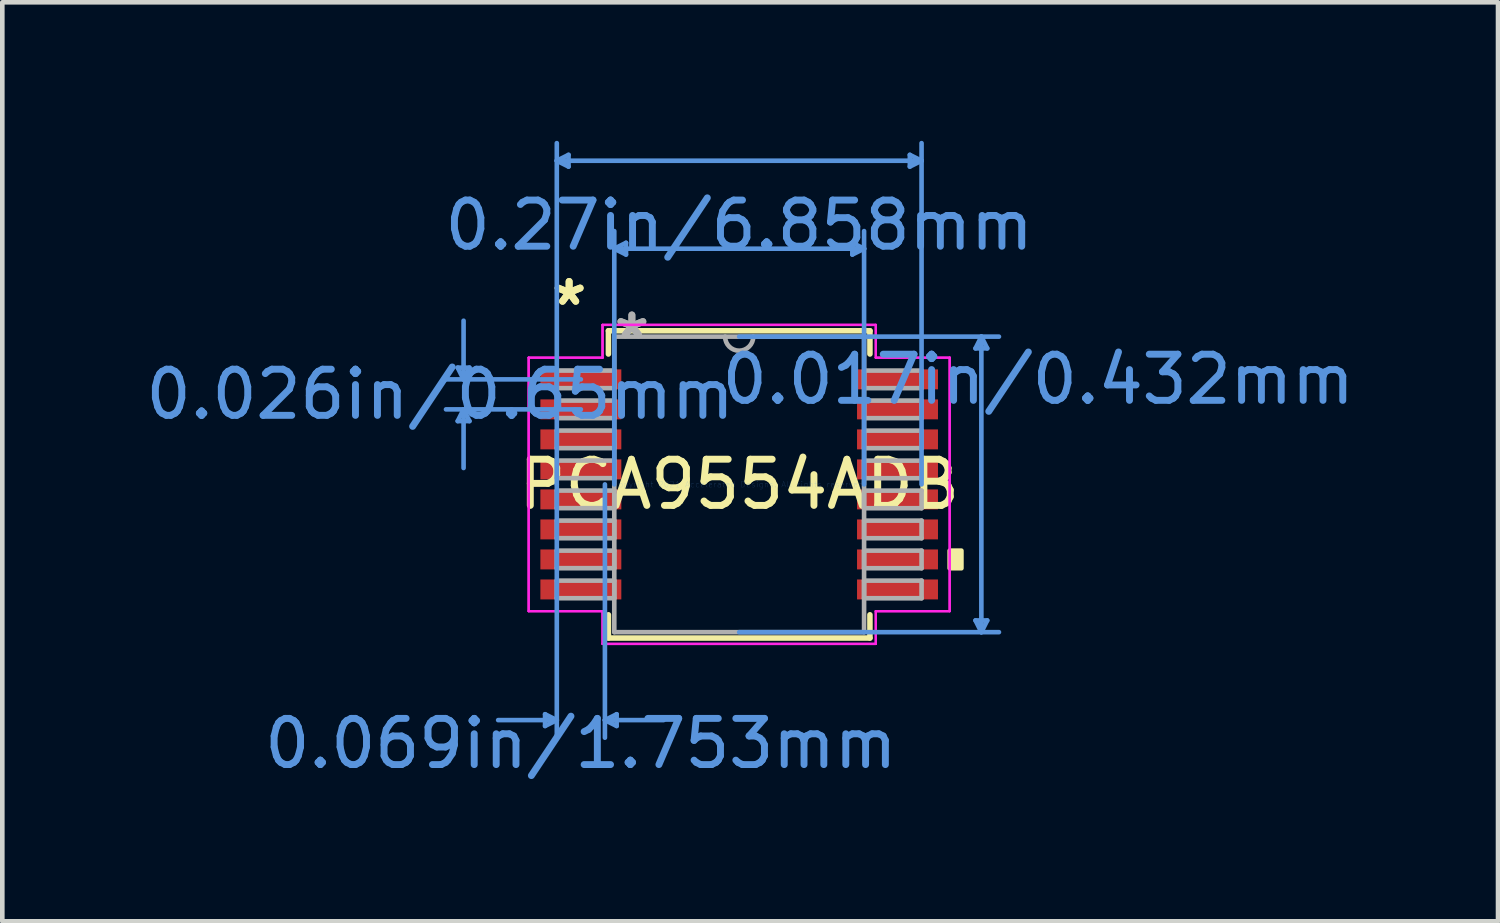
<source format=kicad_pcb>
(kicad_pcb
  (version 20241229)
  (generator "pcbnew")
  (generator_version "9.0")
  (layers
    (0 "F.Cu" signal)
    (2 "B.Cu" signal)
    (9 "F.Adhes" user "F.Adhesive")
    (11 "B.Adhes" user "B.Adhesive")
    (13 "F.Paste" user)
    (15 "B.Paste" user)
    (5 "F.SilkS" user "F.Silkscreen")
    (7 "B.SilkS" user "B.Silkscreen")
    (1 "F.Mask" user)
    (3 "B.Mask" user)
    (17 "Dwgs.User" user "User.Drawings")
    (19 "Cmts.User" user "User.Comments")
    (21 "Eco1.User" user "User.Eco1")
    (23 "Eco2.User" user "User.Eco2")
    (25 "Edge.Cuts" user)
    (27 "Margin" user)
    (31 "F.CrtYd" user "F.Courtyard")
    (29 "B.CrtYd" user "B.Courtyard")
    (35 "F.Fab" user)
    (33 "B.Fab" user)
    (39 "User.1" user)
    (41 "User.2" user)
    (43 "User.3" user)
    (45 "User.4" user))
  (footprint "PCA9554ADB"
    (layer "F.Cu")
    (at 12.959 7.441)
    (property "Reference" "PCA9554ADB" (at 0 0 0) (layer "F.SilkS") (effects (font (size 1 1) (thickness 0.15))))
    (attr through_hole)
    (fp_line (start -2.832 -3.327) (end -2.832 -2.824) (stroke (width 0.12) (type solid)) (layer "F.SilkS"))
    (fp_line (start -2.832 2.824) (end -2.832 3.327) (stroke (width 0.12) (type solid)) (layer "F.SilkS"))
    (fp_line (start -2.832 3.327) (end 2.832 3.327) (stroke (width 0.12) (type solid)) (layer "F.SilkS"))
    (fp_line (start 2.832 -3.327) (end -2.832 -3.327) (stroke (width 0.12) (type solid)) (layer "F.SilkS"))
    (fp_line (start 2.832 -2.824) (end 2.832 -3.327) (stroke (width 0.12) (type solid)) (layer "F.SilkS"))
    (fp_line (start 2.832 3.327) (end 2.832 2.824) (stroke (width 0.12) (type solid)) (layer "F.SilkS"))
    (fp_poly (pts (xy 4.813 1.435) (xy 4.813 1.816) (xy 4.559 1.816) (xy 4.559 1.435)) (stroke (width 0.1) (type solid)) (fill yes) (layer "F.SilkS"))
    (fp_line (start -6.096 -2.529) (end -5.842 -2.529) (stroke (width 0.1) (type solid)) (layer "Cmts.User"))
    (fp_line (start -6.096 -1.371) (end -5.842 -1.371) (stroke (width 0.1) (type solid)) (layer "Cmts.User"))
    (fp_line (start -5.969 -2.275) (end -6.096 -2.529) (stroke (width 0.1) (type solid)) (layer "Cmts.User"))
    (fp_line (start -5.969 -2.275) (end -5.969 -3.545) (stroke (width 0.1) (type solid)) (layer "Cmts.User"))
    (fp_line (start -5.969 -2.275) (end -5.842 -2.529) (stroke (width 0.1) (type solid)) (layer "Cmts.User"))
    (fp_line (start -5.969 -1.625) (end -6.096 -1.371) (stroke (width 0.1) (type solid)) (layer "Cmts.User"))
    (fp_line (start -5.969 -1.625) (end -5.969 -0.355) (stroke (width 0.1) (type solid)) (layer "Cmts.User"))
    (fp_line (start -5.969 -1.625) (end -5.842 -1.371) (stroke (width 0.1) (type solid)) (layer "Cmts.User"))
    (fp_line (start -4.204 4.978) (end -4.204 5.232) (stroke (width 0.1) (type solid)) (layer "Cmts.User"))
    (fp_line (start -3.95 -7.01) (end -3.696 -7.137) (stroke (width 0.1) (type solid)) (layer "Cmts.User"))
    (fp_line (start -3.95 -7.01) (end -3.696 -6.883) (stroke (width 0.1) (type solid)) (layer "Cmts.User"))
    (fp_line (start -3.95 -7.01) (end 3.95 -7.01) (stroke (width 0.1) (type solid)) (layer "Cmts.User"))
    (fp_line (start -3.95 0) (end -3.95 -7.391) (stroke (width 0.1) (type solid)) (layer "Cmts.User"))
    (fp_line (start -3.95 0) (end -3.95 5.486) (stroke (width 0.1) (type solid)) (layer "Cmts.User"))
    (fp_line (start -3.95 5.105) (end -5.22 5.105) (stroke (width 0.1) (type solid)) (layer "Cmts.User"))
    (fp_line (start -3.95 5.105) (end -4.204 4.978) (stroke (width 0.1) (type solid)) (layer "Cmts.User"))
    (fp_line (start -3.95 5.105) (end -4.204 5.232) (stroke (width 0.1) (type solid)) (layer "Cmts.User"))
    (fp_line (start -3.696 -7.137) (end -3.696 -6.883) (stroke (width 0.1) (type solid)) (layer "Cmts.User"))
    (fp_line (start -3.429 -2.275) (end -6.35 -2.275) (stroke (width 0.1) (type solid)) (layer "Cmts.User"))
    (fp_line (start -3.429 -1.625) (end -6.35 -1.625) (stroke (width 0.1) (type solid)) (layer "Cmts.User"))
    (fp_line (start -2.908 0) (end -2.908 5.486) (stroke (width 0.1) (type solid)) (layer "Cmts.User"))
    (fp_line (start -2.908 5.105) (end -2.654 4.978) (stroke (width 0.1) (type solid)) (layer "Cmts.User"))
    (fp_line (start -2.908 5.105) (end -2.654 5.232) (stroke (width 0.1) (type solid)) (layer "Cmts.User"))
    (fp_line (start -2.908 5.105) (end -1.638 5.105) (stroke (width 0.1) (type solid)) (layer "Cmts.User"))
    (fp_line (start -2.705 -5.105) (end -2.451 -5.232) (stroke (width 0.1) (type solid)) (layer "Cmts.User"))
    (fp_line (start -2.705 -5.105) (end -2.451 -4.978) (stroke (width 0.1) (type solid)) (layer "Cmts.User"))
    (fp_line (start -2.705 -5.105) (end 2.705 -5.105) (stroke (width 0.1) (type solid)) (layer "Cmts.User"))
    (fp_line (start -2.705 0) (end -2.705 -5.486) (stroke (width 0.1) (type solid)) (layer "Cmts.User"))
    (fp_line (start -2.654 4.978) (end -2.654 5.232) (stroke (width 0.1) (type solid)) (layer "Cmts.User"))
    (fp_line (start -2.451 -5.232) (end -2.451 -4.978) (stroke (width 0.1) (type solid)) (layer "Cmts.User"))
    (fp_line (start 0 -3.2) (end 5.626 -3.2) (stroke (width 0.1) (type solid)) (layer "Cmts.User"))
    (fp_line (start 0 3.2) (end 5.626 3.2) (stroke (width 0.1) (type solid)) (layer "Cmts.User"))
    (fp_line (start 2.451 -5.232) (end 2.451 -4.978) (stroke (width 0.1) (type solid)) (layer "Cmts.User"))
    (fp_line (start 2.705 -5.105) (end 2.451 -5.232) (stroke (width 0.1) (type solid)) (layer "Cmts.User"))
    (fp_line (start 2.705 -5.105) (end 2.451 -4.978) (stroke (width 0.1) (type solid)) (layer "Cmts.User"))
    (fp_line (start 2.705 0) (end 2.705 -5.486) (stroke (width 0.1) (type solid)) (layer "Cmts.User"))
    (fp_line (start 3.696 -7.137) (end 3.696 -6.883) (stroke (width 0.1) (type solid)) (layer "Cmts.User"))
    (fp_line (start 3.95 -7.01) (end 3.696 -7.137) (stroke (width 0.1) (type solid)) (layer "Cmts.User"))
    (fp_line (start 3.95 -7.01) (end 3.696 -6.883) (stroke (width 0.1) (type solid)) (layer "Cmts.User"))
    (fp_line (start 3.95 0) (end 3.95 -7.391) (stroke (width 0.1) (type solid)) (layer "Cmts.User"))
    (fp_line (start 5.118 -2.946) (end 5.372 -2.946) (stroke (width 0.1) (type solid)) (layer "Cmts.User"))
    (fp_line (start 5.118 2.946) (end 5.372 2.946) (stroke (width 0.1) (type solid)) (layer "Cmts.User"))
    (fp_line (start 5.245 -3.2) (end 5.118 -2.946) (stroke (width 0.1) (type solid)) (layer "Cmts.User"))
    (fp_line (start 5.245 -3.2) (end 5.245 3.2) (stroke (width 0.1) (type solid)) (layer "Cmts.User"))
    (fp_line (start 5.245 -3.2) (end 5.372 -2.946) (stroke (width 0.1) (type solid)) (layer "Cmts.User"))
    (fp_line (start 5.245 3.2) (end 5.118 2.946) (stroke (width 0.1) (type solid)) (layer "Cmts.User"))
    (fp_line (start 5.245 3.2) (end 5.372 2.946) (stroke (width 0.1) (type solid)) (layer "Cmts.User"))
    (fp_line (start -4.559 -2.745) (end -2.959 -2.745) (stroke (width 0.05) (type solid)) (layer "F.CrtYd"))
    (fp_line (start -4.559 -2.745) (end -2.959 -2.745) (stroke (width 0.05) (type solid)) (layer "F.CrtYd"))
    (fp_line (start -4.559 2.745) (end -4.559 -2.745) (stroke (width 0.05) (type solid)) (layer "F.CrtYd"))
    (fp_line (start -4.559 2.745) (end -4.559 -2.745) (stroke (width 0.05) (type solid)) (layer "F.CrtYd"))
    (fp_line (start -4.559 2.745) (end -2.959 2.745) (stroke (width 0.05) (type solid)) (layer "F.CrtYd"))
    (fp_line (start -2.959 -3.454) (end 2.959 -3.454) (stroke (width 0.05) (type solid)) (layer "F.CrtYd"))
    (fp_line (start -2.959 -3.454) (end 2.959 -3.454) (stroke (width 0.05) (type solid)) (layer "F.CrtYd"))
    (fp_line (start -2.959 -2.745) (end -2.959 -3.454) (stroke (width 0.05) (type solid)) (layer "F.CrtYd"))
    (fp_line (start -2.959 -2.745) (end -2.959 -3.454) (stroke (width 0.05) (type solid)) (layer "F.CrtYd"))
    (fp_line (start -2.959 2.745) (end -4.559 2.745) (stroke (width 0.05) (type solid)) (layer "F.CrtYd"))
    (fp_line (start -2.959 3.454) (end -2.959 2.745) (stroke (width 0.05) (type solid)) (layer "F.CrtYd"))
    (fp_line (start -2.959 3.454) (end -2.959 2.745) (stroke (width 0.05) (type solid)) (layer "F.CrtYd"))
    (fp_line (start 2.959 -3.454) (end 2.959 -2.745) (stroke (width 0.05) (type solid)) (layer "F.CrtYd"))
    (fp_line (start 2.959 -3.454) (end 2.959 -2.745) (stroke (width 0.05) (type solid)) (layer "F.CrtYd"))
    (fp_line (start 2.959 -2.745) (end 4.559 -2.745) (stroke (width 0.05) (type solid)) (layer "F.CrtYd"))
    (fp_line (start 2.959 2.745) (end 2.959 3.454) (stroke (width 0.05) (type solid)) (layer "F.CrtYd"))
    (fp_line (start 2.959 2.745) (end 2.959 3.454) (stroke (width 0.05) (type solid)) (layer "F.CrtYd"))
    (fp_line (start 2.959 3.454) (end -2.959 3.454) (stroke (width 0.05) (type solid)) (layer "F.CrtYd"))
    (fp_line (start 2.959 3.454) (end -2.959 3.454) (stroke (width 0.05) (type solid)) (layer "F.CrtYd"))
    (fp_line (start 4.559 -2.745) (end 2.959 -2.745) (stroke (width 0.05) (type solid)) (layer "F.CrtYd"))
    (fp_line (start 4.559 -2.745) (end 4.559 2.745) (stroke (width 0.05) (type solid)) (layer "F.CrtYd"))
    (fp_line (start 4.559 -2.745) (end 4.559 2.745) (stroke (width 0.05) (type solid)) (layer "F.CrtYd"))
    (fp_line (start 4.559 2.745) (end 2.959 2.745) (stroke (width 0.05) (type solid)) (layer "F.CrtYd"))
    (fp_line (start 4.559 2.745) (end 2.959 2.745) (stroke (width 0.05) (type solid)) (layer "F.CrtYd"))
    (fp_line (start -3.95 -2.466) (end -3.95 -2.084) (stroke (width 0.1) (type solid)) (layer "F.Fab"))
    (fp_line (start -3.95 -2.084) (end -2.705 -2.084) (stroke (width 0.1) (type solid)) (layer "F.Fab"))
    (fp_line (start -3.95 -1.816) (end -3.95 -1.435) (stroke (width 0.1) (type solid)) (layer "F.Fab"))
    (fp_line (start -3.95 -1.435) (end -2.705 -1.435) (stroke (width 0.1) (type solid)) (layer "F.Fab"))
    (fp_line (start -3.95 -1.166) (end -3.95 -0.785) (stroke (width 0.1) (type solid)) (layer "F.Fab"))
    (fp_line (start -3.95 -0.785) (end -2.705 -0.785) (stroke (width 0.1) (type solid)) (layer "F.Fab"))
    (fp_line (start -3.95 -0.516) (end -3.95 -0.135) (stroke (width 0.1) (type solid)) (layer "F.Fab"))
    (fp_line (start -3.95 -0.135) (end -2.705 -0.135) (stroke (width 0.1) (type solid)) (layer "F.Fab"))
    (fp_line (start -3.95 0.134) (end -3.95 0.515) (stroke (width 0.1) (type solid)) (layer "F.Fab"))
    (fp_line (start -3.95 0.515) (end -2.705 0.515) (stroke (width 0.1) (type solid)) (layer "F.Fab"))
    (fp_line (start -3.95 0.784) (end -3.95 1.165) (stroke (width 0.1) (type solid)) (layer "F.Fab"))
    (fp_line (start -3.95 1.165) (end -2.705 1.165) (stroke (width 0.1) (type solid)) (layer "F.Fab"))
    (fp_line (start -3.95 1.434) (end -3.95 1.815) (stroke (width 0.1) (type solid)) (layer "F.Fab"))
    (fp_line (start -3.95 1.815) (end -2.705 1.815) (stroke (width 0.1) (type solid)) (layer "F.Fab"))
    (fp_line (start -3.95 2.084) (end -3.95 2.465) (stroke (width 0.1) (type solid)) (layer "F.Fab"))
    (fp_line (start -3.95 2.465) (end -2.705 2.465) (stroke (width 0.1) (type solid)) (layer "F.Fab"))
    (fp_line (start -2.705 -3.2) (end -2.705 3.2) (stroke (width 0.1) (type solid)) (layer "F.Fab"))
    (fp_line (start -2.705 -2.466) (end -3.95 -2.466) (stroke (width 0.1) (type solid)) (layer "F.Fab"))
    (fp_line (start -2.705 -2.084) (end -2.705 -2.466) (stroke (width 0.1) (type solid)) (layer "F.Fab"))
    (fp_line (start -2.705 -1.816) (end -3.95 -1.816) (stroke (width 0.1) (type solid)) (layer "F.Fab"))
    (fp_line (start -2.705 -1.435) (end -2.705 -1.816) (stroke (width 0.1) (type solid)) (layer "F.Fab"))
    (fp_line (start -2.705 -1.166) (end -3.95 -1.166) (stroke (width 0.1) (type solid)) (layer "F.Fab"))
    (fp_line (start -2.705 -0.785) (end -2.705 -1.166) (stroke (width 0.1) (type solid)) (layer "F.Fab"))
    (fp_line (start -2.705 -0.516) (end -3.95 -0.516) (stroke (width 0.1) (type solid)) (layer "F.Fab"))
    (fp_line (start -2.705 -0.135) (end -2.705 -0.516) (stroke (width 0.1) (type solid)) (layer "F.Fab"))
    (fp_line (start -2.705 0.134) (end -3.95 0.134) (stroke (width 0.1) (type solid)) (layer "F.Fab"))
    (fp_line (start -2.705 0.515) (end -2.705 0.134) (stroke (width 0.1) (type solid)) (layer "F.Fab"))
    (fp_line (start -2.705 0.784) (end -3.95 0.784) (stroke (width 0.1) (type solid)) (layer "F.Fab"))
    (fp_line (start -2.705 1.165) (end -2.705 0.784) (stroke (width 0.1) (type solid)) (layer "F.Fab"))
    (fp_line (start -2.705 1.434) (end -3.95 1.434) (stroke (width 0.1) (type solid)) (layer "F.Fab"))
    (fp_line (start -2.705 1.815) (end -2.705 1.434) (stroke (width 0.1) (type solid)) (layer "F.Fab"))
    (fp_line (start -2.705 2.084) (end -3.95 2.084) (stroke (width 0.1) (type solid)) (layer "F.Fab"))
    (fp_line (start -2.705 2.465) (end -2.705 2.084) (stroke (width 0.1) (type solid)) (layer "F.Fab"))
    (fp_line (start -2.705 3.2) (end 2.705 3.2) (stroke (width 0.1) (type solid)) (layer "F.Fab"))
    (fp_line (start 2.705 -3.2) (end -2.705 -3.2) (stroke (width 0.1) (type solid)) (layer "F.Fab"))
    (fp_line (start 2.705 -2.465) (end 2.705 -2.084) (stroke (width 0.1) (type solid)) (layer "F.Fab"))
    (fp_line (start 2.705 -2.084) (end 3.95 -2.084) (stroke (width 0.1) (type solid)) (layer "F.Fab"))
    (fp_line (start 2.705 -1.815) (end 2.705 -1.434) (stroke (width 0.1) (type solid)) (layer "F.Fab"))
    (fp_line (start 2.705 -1.434) (end 3.95 -1.434) (stroke (width 0.1) (type solid)) (layer "F.Fab"))
    (fp_line (start 2.705 -1.165) (end 2.705 -0.784) (stroke (width 0.1) (type solid)) (layer "F.Fab"))
    (fp_line (start 2.705 -0.784) (end 3.95 -0.784) (stroke (width 0.1) (type solid)) (layer "F.Fab"))
    (fp_line (start 2.705 -0.515) (end 2.705 -0.134) (stroke (width 0.1) (type solid)) (layer "F.Fab"))
    (fp_line (start 2.705 -0.134) (end 3.95 -0.134) (stroke (width 0.1) (type solid)) (layer "F.Fab"))
    (fp_line (start 2.705 0.135) (end 2.705 0.516) (stroke (width 0.1) (type solid)) (layer "F.Fab"))
    (fp_line (start 2.705 0.516) (end 3.95 0.516) (stroke (width 0.1) (type solid)) (layer "F.Fab"))
    (fp_line (start 2.705 0.785) (end 2.705 1.166) (stroke (width 0.1) (type solid)) (layer "F.Fab"))
    (fp_line (start 2.705 1.166) (end 3.95 1.166) (stroke (width 0.1) (type solid)) (layer "F.Fab"))
    (fp_line (start 2.705 1.435) (end 2.705 1.816) (stroke (width 0.1) (type solid)) (layer "F.Fab"))
    (fp_line (start 2.705 1.816) (end 3.95 1.816) (stroke (width 0.1) (type solid)) (layer "F.Fab"))
    (fp_line (start 2.705 2.084) (end 2.705 2.466) (stroke (width 0.1) (type solid)) (layer "F.Fab"))
    (fp_line (start 2.705 2.466) (end 3.95 2.466) (stroke (width 0.1) (type solid)) (layer "F.Fab"))
    (fp_line (start 2.705 3.2) (end 2.705 -3.2) (stroke (width 0.1) (type solid)) (layer "F.Fab"))
    (fp_line (start 3.95 -2.465) (end 2.705 -2.465) (stroke (width 0.1) (type solid)) (layer "F.Fab"))
    (fp_line (start 3.95 -2.084) (end 3.95 -2.465) (stroke (width 0.1) (type solid)) (layer "F.Fab"))
    (fp_line (start 3.95 -1.815) (end 2.705 -1.815) (stroke (width 0.1) (type solid)) (layer "F.Fab"))
    (fp_line (start 3.95 -1.434) (end 3.95 -1.815) (stroke (width 0.1) (type solid)) (layer "F.Fab"))
    (fp_line (start 3.95 -1.165) (end 2.705 -1.165) (stroke (width 0.1) (type solid)) (layer "F.Fab"))
    (fp_line (start 3.95 -0.784) (end 3.95 -1.165) (stroke (width 0.1) (type solid)) (layer "F.Fab"))
    (fp_line (start 3.95 -0.515) (end 2.705 -0.515) (stroke (width 0.1) (type solid)) (layer "F.Fab"))
    (fp_line (start 3.95 -0.134) (end 3.95 -0.515) (stroke (width 0.1) (type solid)) (layer "F.Fab"))
    (fp_line (start 3.95 0.135) (end 2.705 0.135) (stroke (width 0.1) (type solid)) (layer "F.Fab"))
    (fp_line (start 3.95 0.516) (end 3.95 0.135) (stroke (width 0.1) (type solid)) (layer "F.Fab"))
    (fp_line (start 3.95 0.785) (end 2.705 0.785) (stroke (width 0.1) (type solid)) (layer "F.Fab"))
    (fp_line (start 3.95 1.166) (end 3.95 0.785) (stroke (width 0.1) (type solid)) (layer "F.Fab"))
    (fp_line (start 3.95 1.435) (end 2.705 1.435) (stroke (width 0.1) (type solid)) (layer "F.Fab"))
    (fp_line (start 3.95 1.816) (end 3.95 1.435) (stroke (width 0.1) (type solid)) (layer "F.Fab"))
    (fp_line (start 3.95 2.084) (end 2.705 2.084) (stroke (width 0.1) (type solid)) (layer "F.Fab"))
    (fp_line (start 3.95 2.466) (end 3.95 2.084) (stroke (width 0.1) (type solid)) (layer "F.Fab"))
    (fp_arc (start 0.3048 -3.2004) (mid 0 -2.8956) (end -0.3048 -3.2004) (stroke (width 0.1) (type solid)) (layer "F.Fab"))
    (fp_text user "*" (at -3.683 -3.85 0) (layer "F.SilkS") (effects (font (size 1 1) (thickness 0.15))))
    (fp_text user "*" (at -3.683 -3.85 0) (layer "F.SilkS") (effects (font (size 1 1) (thickness 0.15))))
    (fp_text user "Copyright 2021 Accelerated Designs. All rights reserved." (at 0 0 0) (layer "Cmts.User") (effects (font (size 0.127 0.127) (thickness 0.002))))
    (fp_text user "0.026in/0.65mm" (at -6.477 -1.95 0) (layer "Cmts.User") (effects (font (size 1 1) (thickness 0.15))))
    (fp_text user "0.017in/0.432mm" (at 6.477 -2.275 0) (layer "Cmts.User") (effects (font (size 1 1) (thickness 0.15))))
    (fp_text user "0.27in/6.858mm" (at 0 -5.613 0) (layer "Cmts.User") (effects (font (size 1 1) (thickness 0.15))))
    (fp_text user "0.069in/1.753mm" (at -3.429 5.613 0) (layer "Cmts.User") (effects (font (size 1 1) (thickness 0.15))))
    (fp_text user "*" (at -2.324 -3.124 0) (layer "F.Fab") (effects (font (size 1 1) (thickness 0.15))))
    (fp_text user "*" (at -2.324 -3.124 0) (layer "F.Fab") (effects (font (size 1 1) (thickness 0.15))))
    (pad "1" smd rect (at -3.429 -2.275) (size 1.753 0.432) (layers "F.Cu" "F.Mask" "F.Paste"))
    (pad "2" smd rect (at -3.429 -1.625) (size 1.753 0.432) (layers "F.Cu" "F.Mask" "F.Paste"))
    (pad "3" smd rect (at -3.429 -0.975) (size 1.753 0.432) (layers "F.Cu" "F.Mask" "F.Paste"))
    (pad "4" smd rect (at -3.429 -0.325) (size 1.753 0.432) (layers "F.Cu" "F.Mask" "F.Paste"))
    (pad "5" smd rect (at -3.429 0.325) (size 1.753 0.432) (layers "F.Cu" "F.Mask" "F.Paste"))
    (pad "6" smd rect (at -3.429 0.975) (size 1.753 0.432) (layers "F.Cu" "F.Mask" "F.Paste"))
    (pad "7" smd rect (at -3.429 1.625) (size 1.753 0.432) (layers "F.Cu" "F.Mask" "F.Paste"))
    (pad "8" smd rect (at -3.429 2.275) (size 1.753 0.432) (layers "F.Cu" "F.Mask" "F.Paste"))
    (pad "9" smd rect (at 3.429 2.275) (size 1.753 0.432) (layers "F.Cu" "F.Mask" "F.Paste"))
    (pad "10" smd rect (at 3.429 1.625) (size 1.753 0.432) (layers "F.Cu" "F.Mask" "F.Paste"))
    (pad "11" smd rect (at 3.429 0.975) (size 1.753 0.432) (layers "F.Cu" "F.Mask" "F.Paste"))
    (pad "12" smd rect (at 3.429 0.325) (size 1.753 0.432) (layers "F.Cu" "F.Mask" "F.Paste"))
    (pad "13" smd rect (at 3.429 -0.325) (size 1.753 0.432) (layers "F.Cu" "F.Mask" "F.Paste"))
    (pad "14" smd rect (at 3.429 -0.975) (size 1.753 0.432) (layers "F.Cu" "F.Mask" "F.Paste"))
    (pad "15" smd rect (at 3.429 -1.625) (size 1.753 0.432) (layers "F.Cu" "F.Mask" "F.Paste"))
    (pad "16" smd rect (at 3.429 -2.275) (size 1.753 0.432) (layers "F.Cu" "F.Mask" "F.Paste")))
  (gr_rect
    (start -3 -3)
    (end 29.394 16.903)
    (stroke (width 0.1) (type default))
    (fill no)
    (layer "Edge.Cuts")))
</source>
